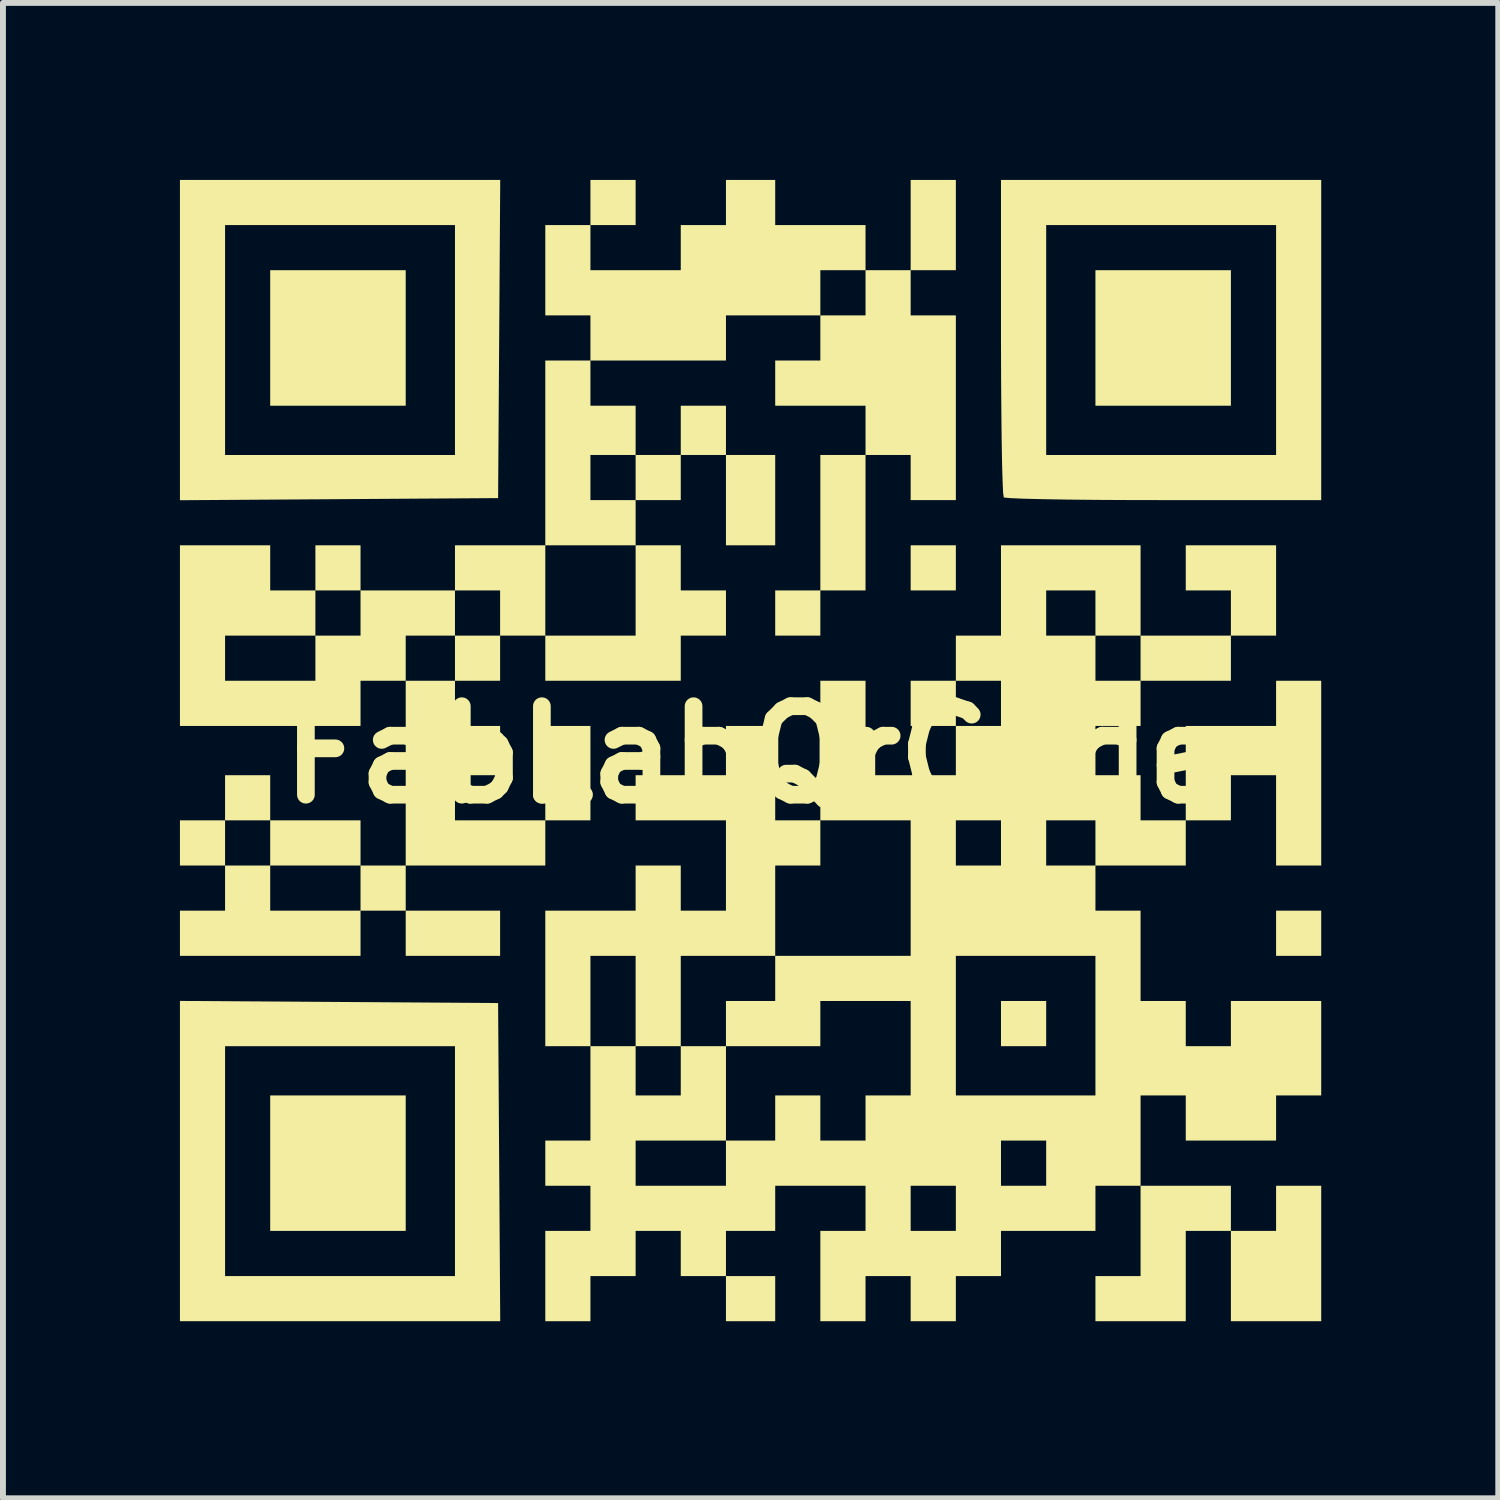
<source format=kicad_pcb>
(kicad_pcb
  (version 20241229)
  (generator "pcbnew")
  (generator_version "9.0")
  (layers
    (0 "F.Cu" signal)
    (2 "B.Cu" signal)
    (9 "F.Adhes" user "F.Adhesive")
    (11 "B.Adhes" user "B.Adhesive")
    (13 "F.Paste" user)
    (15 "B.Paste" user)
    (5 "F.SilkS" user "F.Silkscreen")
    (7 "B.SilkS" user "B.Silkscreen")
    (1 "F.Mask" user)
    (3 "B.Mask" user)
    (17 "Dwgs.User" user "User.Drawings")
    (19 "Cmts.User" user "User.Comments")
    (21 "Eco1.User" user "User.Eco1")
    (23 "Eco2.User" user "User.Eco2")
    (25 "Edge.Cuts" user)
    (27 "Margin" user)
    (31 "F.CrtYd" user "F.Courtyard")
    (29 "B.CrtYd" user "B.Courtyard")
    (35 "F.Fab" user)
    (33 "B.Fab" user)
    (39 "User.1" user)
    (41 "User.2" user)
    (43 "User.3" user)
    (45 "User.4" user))
  (footprint "FabLabQrCode"
    (layer "F.Cu")
    (at 9.742 9.742)
    (property "Reference" "FabLabQrCode" (at 0 0 0) (layer "F.SilkS") (effects (font (size 1.5 1.5) (thickness 0.3))))
    (attr board_only exclude_from_pos_files exclude_from_bom)
    (fp_poly (pts (xy -5.915 -7.063) (xy -5.915 -5.915) (xy -7.063 -5.915) (xy -8.212 -5.915) (xy -8.212 -7.063) (xy -8.212 -8.212) (xy -7.063 -8.212) (xy -5.915 -8.212)) (stroke (width 0) (type solid)) (fill yes) (layer "F.SilkS"))
    (fp_poly (pts (xy -5.915 6.924) (xy -5.915 8.072) (xy -7.063 8.072) (xy -8.212 8.072) (xy -8.212 6.924) (xy -8.212 5.776) (xy -7.063 5.776) (xy -5.915 5.776)) (stroke (width 0) (type solid)) (fill yes) (layer "F.SilkS"))
    (fp_poly (pts (xy -4.315 3.027) (xy -4.315 3.41) (xy -5.115 3.41) (xy -5.915 3.41) (xy -5.915 3.027) (xy -5.915 2.644) (xy -5.115 2.644) (xy -4.315 2.644)) (stroke (width 0) (type solid)) (fill yes) (layer "F.SilkS"))
    (fp_poly (pts (xy 0.348 -4.315) (xy 0.348 -3.549) (xy -0.07 -3.549) (xy -0.487 -3.549) (xy -0.487 -4.315) (xy -0.487 -5.08) (xy -0.07 -5.08) (xy 0.348 -5.08)) (stroke (width 0) (type solid)) (fill yes) (layer "F.SilkS"))
    (fp_poly (pts (xy 0.348 9.221) (xy 0.348 9.603) (xy -0.07 9.603) (xy -0.487 9.603) (xy -0.487 9.221) (xy -0.487 8.838) (xy -0.07 8.838) (xy 0.348 8.838)) (stroke (width 0) (type solid)) (fill yes) (layer "F.SilkS"))
    (fp_poly (pts (xy 3.41 -3.166) (xy 3.41 -2.784) (xy 3.027 -2.784) (xy 2.644 -2.784) (xy 2.644 -3.166) (xy 2.644 -3.549) (xy 3.027 -3.549) (xy 3.41 -3.549)) (stroke (width 0) (type solid)) (fill yes) (layer "F.SilkS"))
    (fp_poly (pts (xy 4.941 4.558) (xy 4.941 4.941) (xy 4.558 4.941) (xy 4.175 4.941) (xy 4.175 4.558) (xy 4.175 4.175) (xy 4.558 4.175) (xy 4.941 4.175)) (stroke (width 0) (type solid)) (fill yes) (layer "F.SilkS"))
    (fp_poly (pts (xy 8.072 -7.063) (xy 8.072 -5.915) (xy 6.924 -5.915) (xy 5.776 -5.915) (xy 5.776 -7.063) (xy 5.776 -8.212) (xy 6.924 -8.212) (xy 8.072 -8.212)) (stroke (width 0) (type solid)) (fill yes) (layer "F.SilkS"))
    (fp_poly (pts (xy 9.603 3.027) (xy 9.603 3.41) (xy 9.221 3.41) (xy 8.838 3.41) (xy 8.838 3.027) (xy 8.838 2.644) (xy 9.221 2.644) (xy 9.603 2.644)) (stroke (width 0) (type solid)) (fill yes) (layer "F.SilkS"))
    (fp_poly (pts (xy -7.046 4.192) (xy -4.349 4.21) (xy -4.331 6.907) (xy -4.313 9.603) (xy -7.028 9.603) (xy -9.742 9.603) (xy -9.742 6.888) (xy -9.742 4.941) (xy -8.977 4.941) (xy -8.977 6.889) (xy -8.977 8.838) (xy -7.028 8.838) (xy -5.08 8.838) (xy -5.08 6.889) (xy -5.08 4.941) (xy -7.028 4.941) (xy -8.977 4.941) (xy -9.742 4.941) (xy -9.742 4.174)) (stroke (width 0) (type solid)) (fill yes) (layer "F.SilkS"))
    (fp_poly (pts (xy -4.331 -7.046) (xy -4.349 -4.349) (xy -7.046 -4.331) (xy -9.742 -4.313) (xy -9.742 -7.028) (xy -9.742 -8.977) (xy -8.977 -8.977) (xy -8.977 -7.028) (xy -8.977 -5.08) (xy -7.028 -5.08) (xy -5.08 -5.08) (xy -5.08 -7.028) (xy -5.08 -8.977) (xy -7.028 -8.977) (xy -8.977 -8.977) (xy -9.742 -8.977) (xy -9.742 -9.742) (xy -7.028 -9.742) (xy -4.313 -9.742)) (stroke (width 0) (type solid)) (fill yes) (layer "F.SilkS"))
    (fp_poly (pts (xy 8.072 7.69) (xy 8.072 8.072) (xy 8.455 8.072) (xy 8.838 8.072) (xy 8.838 7.69) (xy 8.838 7.307) (xy 9.221 7.307) (xy 9.603 7.307) (xy 9.603 8.455) (xy 9.603 9.603) (xy 8.838 9.603) (xy 8.072 9.603) (xy 8.072 8.838) (xy 8.072 8.072) (xy 7.69 8.072) (xy 7.307 8.072) (xy 7.307 8.838) (xy 7.307 9.603) (xy 6.541 9.603) (xy 5.776 9.603) (xy 5.776 9.221) (xy 5.776 8.838) (xy 6.159 8.838) (xy 6.541 8.838) (xy 6.541 8.072) (xy 6.541 7.307) (xy 7.307 7.307) (xy 8.072 7.307)) (stroke (width 0) (type solid)) (fill yes) (layer "F.SilkS"))
    (fp_poly (pts (xy 9.603 -7.028) (xy 9.603 -4.315) (xy 6.936 -4.315) (xy 6.34 -4.316) (xy 5.787 -4.319) (xy 5.295 -4.324) (xy 4.877 -4.331) (xy 4.549 -4.339) (xy 4.327 -4.349) (xy 4.226 -4.359) (xy 4.222 -4.361) (xy 4.211 -4.439) (xy 4.202 -4.64) (xy 4.193 -4.95) (xy 4.186 -5.353) (xy 4.181 -5.833) (xy 4.177 -6.376) (xy 4.175 -6.965) (xy 4.175 -7.075) (xy 4.175 -8.977) (xy 4.941 -8.977) (xy 4.941 -7.028) (xy 4.941 -5.08) (xy 6.889 -5.08) (xy 8.838 -5.08) (xy 8.838 -7.028) (xy 8.838 -8.977) (xy 6.889 -8.977) (xy 4.941 -8.977) (xy 4.175 -8.977) (xy 4.175 -9.742) (xy 6.889 -9.742) (xy 9.603 -9.742)) (stroke (width 0) (type solid)) (fill yes) (layer "F.SilkS"))
    (fp_poly (pts (xy -2.018 -9.36) (xy -2.018 -8.977) (xy -2.401 -8.977) (xy -2.784 -8.977) (xy -2.784 -8.594) (xy -2.784 -8.212) (xy -2.018 -8.212) (xy -1.253 -8.212) (xy 1.113 -8.212) (xy 1.113 -7.829) (xy 1.113 -7.446) (xy 1.496 -7.446) (xy 1.879 -7.446) (xy 1.879 -7.829) (xy 1.879 -8.212) (xy 1.496 -8.212) (xy 1.113 -8.212) (xy -1.253 -8.212) (xy -1.253 -8.594) (xy -1.253 -8.977) (xy -0.87 -8.977) (xy -0.487 -8.977) (xy -0.487 -9.36) (xy -0.487 -9.742) (xy -0.07 -9.742) (xy 0.348 -9.742) (xy 0.348 -9.36) (xy 0.348 -8.977) (xy 1.113 -8.977) (xy 1.879 -8.977) (xy 1.879 -8.594) (xy 1.879 -8.212) (xy 2.262 -8.212) (xy 2.644 -8.212) (xy 2.644 -8.977) (xy 2.644 -9.742) (xy 3.027 -9.742) (xy 3.41 -9.742) (xy 3.41 -8.977) (xy 3.41 -8.212) (xy 3.027 -8.212) (xy 2.644 -8.212) (xy 2.644 -7.829) (xy 2.644 -7.446) (xy 3.027 -7.446) (xy 3.41 -7.446) (xy 3.41 -5.88) (xy 3.41 -4.315) (xy 3.027 -4.315) (xy 2.644 -4.315) (xy 2.644 -4.697) (xy 2.644 -5.08) (xy 2.262 -5.08) (xy 1.879 -5.08) (xy 1.879 -3.932) (xy 1.879 -2.784) (xy 1.496 -2.784) (xy 1.113 -2.784) (xy 1.113 -2.401) (xy 1.113 -2.018) (xy 0.731 -2.018) (xy 0.348 -2.018) (xy 0.348 -2.401) (xy 0.348 -2.784) (xy 0.731 -2.784) (xy 1.113 -2.784) (xy 1.113 -3.932) (xy 1.113 -5.08) (xy 1.496 -5.08) (xy 1.879 -5.08) (xy 1.879 -5.498) (xy 1.879 -5.915) (xy 1.113 -5.915) (xy 0.348 -5.915) (xy 0.348 -6.298) (xy 0.348 -6.681) (xy 0.731 -6.681) (xy 1.113 -6.681) (xy 1.113 -7.063) (xy 1.113 -7.446) (xy 0.313 -7.446) (xy -0.487 -7.446) (xy -0.487 -7.063) (xy -0.487 -6.681) (xy -1.635 -6.681) (xy -2.784 -6.681) (xy -2.784 -6.298) (xy -2.784 -5.915) (xy -2.401 -5.915) (xy -2.018 -5.915) (xy -2.018 -5.498) (xy -2.018 -5.08) (xy -1.635 -5.08) (xy -1.253 -5.08) (xy -1.253 -5.498) (xy -1.253 -5.915) (xy -0.87 -5.915) (xy -0.487 -5.915) (xy -0.487 -5.498) (xy -0.487 -5.08) (xy -0.87 -5.08) (xy -1.253 -5.08) (xy -1.253 -4.697) (xy -1.253 -4.315) (xy -1.635 -4.315) (xy -2.018 -4.315) (xy -2.018 -3.932) (xy -2.018 -3.549) (xy -2.784 -3.549) (xy -3.549 -3.549) (xy -3.549 -2.784) (xy -3.549 -2.018) (xy -2.784 -2.018) (xy -2.018 -2.018) (xy -2.018 -2.784) (xy -2.018 -3.549) (xy -1.635 -3.549) (xy -1.253 -3.549) (xy -1.253 -3.166) (xy -1.253 -2.784) (xy -0.87 -2.784) (xy -0.487 -2.784) (xy -0.487 -2.401) (xy -0.487 -2.018) (xy -0.87 -2.018) (xy -1.253 -2.018) (xy -1.253 -1.635) (xy -1.253 -1.253) (xy -2.401 -1.253) (xy -3.549 -1.253) (xy -3.549 -1.635) (xy -3.549 -2.018) (xy -3.932 -2.018) (xy -4.315 -2.018) (xy -4.315 -1.635) (xy -4.315 -1.253) (xy -4.697 -1.253) (xy -5.08 -1.253) (xy -5.08 -0.87) (xy -5.08 -0.487) (xy -4.697 -0.487) (xy -4.315 -0.487) (xy -4.315 -0.07) (xy -4.315 0.348) (xy -4.697 0.348) (xy -5.08 0.348) (xy -5.08 0.731) (xy -5.08 1.113) (xy -4.315 1.113) (xy -3.549 1.113) (xy -3.549 0.313) (xy -3.549 -0.487) (xy -3.166 -0.487) (xy -2.784 -0.487) (xy -2.784 0.313) (xy -2.784 1.113) (xy -3.166 1.113) (xy -3.549 1.113) (xy -3.549 1.496) (xy -3.549 1.879) (xy -4.732 1.879) (xy -5.915 1.879) (xy -5.915 2.262) (xy -5.915 2.644) (xy -6.298 2.644) (xy -6.681 2.644) (xy -6.681 3.027) (xy -6.681 3.41) (xy -8.212 3.41) (xy -9.742 3.41) (xy -9.742 3.027) (xy -9.742 2.644) (xy -9.36 2.644) (xy -8.977 2.644) (xy -8.977 2.262) (xy -8.977 1.879) (xy -9.36 1.879) (xy -9.742 1.879) (xy -9.742 1.496) (xy -9.742 1.113) (xy -9.36 1.113) (xy -8.977 1.113) (xy -8.977 0.731) (xy -8.977 0.348) (xy -8.594 0.348) (xy -8.212 0.348) (xy -8.212 0.731) (xy -8.212 1.113) (xy -8.594 1.113) (xy -8.977 1.113) (xy -8.977 1.496) (xy -8.977 1.879) (xy -8.594 1.879) (xy -8.212 1.879) (xy -8.212 2.262) (xy -8.212 2.644) (xy -7.446 2.644) (xy -6.681 2.644) (xy -6.681 2.262) (xy -6.681 1.879) (xy -7.446 1.879) (xy -8.212 1.879) (xy -8.212 1.496) (xy -8.212 1.113) (xy -7.446 1.113) (xy -6.681 1.113) (xy -6.681 1.496) (xy -6.681 1.879) (xy -6.298 1.879) (xy -5.915 1.879) (xy -5.915 0.313) (xy -5.915 -1.253) (xy -5.498 -1.253) (xy -5.08 -1.253) (xy -5.08 -1.635) (xy -5.08 -2.018) (xy -4.697 -2.018) (xy -4.315 -2.018) (xy -4.315 -2.401) (xy -4.315 -2.784) (xy -4.697 -2.784) (xy -5.08 -2.784) (xy -5.08 -2.401) (xy -5.08 -2.018) (xy -5.498 -2.018) (xy -5.915 -2.018) (xy -5.915 -1.635) (xy -5.915 -1.253) (xy -6.298 -1.253) (xy -6.681 -1.253) (xy -6.681 -0.87) (xy -6.681 -0.487) (xy -8.212 -0.487) (xy -9.742 -0.487) (xy -9.742 -1.253) (xy -8.977 -1.253) (xy -8.212 -1.253) (xy -7.446 -1.253) (xy -7.446 -1.635) (xy -7.446 -2.018) (xy -7.063 -2.018) (xy -6.681 -2.018) (xy -6.681 -2.401) (xy -6.681 -2.784) (xy -7.063 -2.784) (xy -7.446 -2.784) (xy -7.446 -2.401) (xy -7.446 -2.018) (xy -8.212 -2.018) (xy -8.977 -2.018) (xy -8.977 -1.635) (xy -8.977 -1.253) (xy -9.742 -1.253) (xy -9.742 -2.018) (xy -9.742 -3.549) (xy -8.977 -3.549) (xy -8.212 -3.549) (xy -8.212 -3.166) (xy -8.212 -2.784) (xy -7.829 -2.784) (xy -7.446 -2.784) (xy -7.446 -3.166) (xy -7.446 -3.549) (xy -7.063 -3.549) (xy -6.681 -3.549) (xy -6.681 -3.166) (xy -6.681 -2.784) (xy -5.88 -2.784) (xy -5.08 -2.784) (xy -5.08 -3.166) (xy -5.08 -3.549) (xy -4.315 -3.549) (xy -3.549 -3.549) (xy -3.549 -5.08) (xy -2.784 -5.08) (xy -2.784 -4.697) (xy -2.784 -4.315) (xy -2.401 -4.315) (xy -2.018 -4.315) (xy -2.018 -4.697) (xy -2.018 -5.08) (xy -2.401 -5.08) (xy -2.784 -5.08) (xy -3.549 -5.08) (xy -3.549 -5.115) (xy -3.549 -6.681) (xy -3.166 -6.681) (xy -2.784 -6.681) (xy -2.784 -7.063) (xy -2.784 -7.446) (xy -3.166 -7.446) (xy -3.549 -7.446) (xy -3.549 -8.212) (xy -3.549 -8.977) (xy -3.166 -8.977) (xy -2.784 -8.977) (xy -2.784 -9.36) (xy -2.784 -9.742) (xy -2.401 -9.742) (xy -2.018 -9.742)) (stroke (width 0) (type solid)) (fill yes) (layer "F.SilkS"))
    (fp_poly (pts (xy 6.541 -2.784) (xy 6.541 -2.018) (xy 7.307 -2.018) (xy 8.072 -2.018) (xy 8.072 -2.401) (xy 8.072 -2.784) (xy 7.69 -2.784) (xy 7.307 -2.784) (xy 7.307 -3.166) (xy 7.307 -3.549) (xy 8.072 -3.549) (xy 8.838 -3.549) (xy 8.838 -2.784) (xy 8.838 -2.018) (xy 8.455 -2.018) (xy 8.072 -2.018) (xy 8.072 -1.635) (xy 8.072 -1.253) (xy 7.307 -1.253) (xy 6.541 -1.253) (xy 6.541 -0.87) (xy 6.541 -0.487) (xy 6.159 -0.487) (xy 5.776 -0.487) (xy 5.776 -0.07) (xy 5.776 0.348) (xy 6.159 0.348) (xy 6.541 0.348) (xy 6.541 0.731) (xy 6.541 1.113) (xy 6.924 1.113) (xy 7.307 1.113) (xy 7.307 0.313) (xy 7.307 -0.487) (xy 8.072 -0.487) (xy 8.838 -0.487) (xy 8.838 -0.87) (xy 8.838 -1.253) (xy 9.221 -1.253) (xy 9.603 -1.253) (xy 9.603 0.313) (xy 9.603 1.879) (xy 9.221 1.879) (xy 8.838 1.879) (xy 8.838 1.113) (xy 8.838 0.348) (xy 8.455 0.348) (xy 8.072 0.348) (xy 8.072 0.731) (xy 8.072 1.113) (xy 7.69 1.113) (xy 7.307 1.113) (xy 7.307 1.496) (xy 7.307 1.879) (xy 6.541 1.879) (xy 5.776 1.879) (xy 5.776 2.262) (xy 5.776 2.644) (xy 6.159 2.644) (xy 6.541 2.644) (xy 6.541 3.41) (xy 6.541 4.175) (xy 6.924 4.175) (xy 7.307 4.175) (xy 7.307 4.558) (xy 7.307 4.941) (xy 7.69 4.941) (xy 8.072 4.941) (xy 8.072 4.558) (xy 8.072 4.175) (xy 8.838 4.175) (xy 9.603 4.175) (xy 9.603 4.976) (xy 9.603 5.776) (xy 9.221 5.776) (xy 8.838 5.776) (xy 8.838 6.159) (xy 8.838 6.541) (xy 8.072 6.541) (xy 7.307 6.541) (xy 7.307 6.159) (xy 7.307 5.776) (xy 6.924 5.776) (xy 6.541 5.776) (xy 6.541 6.541) (xy 6.541 7.307) (xy 6.159 7.307) (xy 5.776 7.307) (xy 5.776 7.69) (xy 5.776 8.072) (xy 4.976 8.072) (xy 4.175 8.072) (xy 4.175 8.455) (xy 4.175 8.838) (xy 3.793 8.838) (xy 3.41 8.838) (xy 3.41 9.221) (xy 3.41 9.603) (xy 3.027 9.603) (xy 2.644 9.603) (xy 2.644 9.221) (xy 2.644 8.838) (xy 2.262 8.838) (xy 1.879 8.838) (xy 1.879 9.221) (xy 1.879 9.603) (xy 1.496 9.603) (xy 1.113 9.603) (xy 1.113 8.838) (xy 1.113 8.072) (xy 1.496 8.072) (xy 1.879 8.072) (xy 1.879 7.69) (xy 1.879 7.307) (xy 2.644 7.307) (xy 2.644 7.69) (xy 2.644 8.072) (xy 3.027 8.072) (xy 3.41 8.072) (xy 3.41 7.69) (xy 3.41 7.307) (xy 3.027 7.307) (xy 2.644 7.307) (xy 1.879 7.307) (xy 1.113 7.307) (xy 0.348 7.307) (xy 0.348 7.69) (xy 0.348 8.072) (xy -0.07 8.072) (xy -0.487 8.072) (xy -0.487 8.455) (xy -0.487 8.838) (xy -0.87 8.838) (xy -1.253 8.838) (xy -1.253 8.455) (xy -1.253 8.072) (xy -1.635 8.072) (xy -2.018 8.072) (xy -2.018 8.455) (xy -2.018 8.838) (xy -2.401 8.838) (xy -2.784 8.838) (xy -2.784 9.221) (xy -2.784 9.603) (xy -3.166 9.603) (xy -3.549 9.603) (xy -3.549 8.838) (xy -3.549 8.072) (xy -3.166 8.072) (xy -2.784 8.072) (xy -2.784 7.69) (xy -2.784 7.307) (xy -3.166 7.307) (xy -3.549 7.307) (xy -3.549 6.924) (xy -3.549 6.541) (xy -3.166 6.541) (xy -2.784 6.541) (xy -2.784 5.741) (xy -2.784 4.941) (xy -2.401 4.941) (xy -2.018 4.941) (xy -2.018 5.358) (xy -2.018 5.776) (xy -1.635 5.776) (xy -1.253 5.776) (xy -1.253 5.358) (xy -1.253 4.941) (xy -0.87 4.941) (xy -0.487 4.941) (xy -0.487 5.741) (xy -0.487 6.541) (xy -1.253 6.541) (xy -2.018 6.541) (xy -2.018 6.924) (xy -2.018 7.307) (xy -1.253 7.307) (xy -0.487 7.307) (xy -0.487 6.924) (xy -0.487 6.541) (xy -0.07 6.541) (xy 0.348 6.541) (xy 0.348 6.159) (xy 0.348 5.776) (xy 0.731 5.776) (xy 1.113 5.776) (xy 1.113 6.159) (xy 1.113 6.541) (xy 1.496 6.541) (xy 1.879 6.541) (xy 4.175 6.541) (xy 4.175 6.924) (xy 4.175 7.307) (xy 4.558 7.307) (xy 4.941 7.307) (xy 4.941 6.924) (xy 4.941 6.541) (xy 4.558 6.541) (xy 4.175 6.541) (xy 1.879 6.541) (xy 1.879 6.159) (xy 1.879 5.776) (xy 2.262 5.776) (xy 2.644 5.776) (xy 2.644 4.976) (xy 2.644 4.175) (xy 1.879 4.175) (xy 1.113 4.175) (xy 1.113 4.558) (xy 1.113 4.941) (xy 0.313 4.941) (xy -0.487 4.941) (xy -0.487 4.558) (xy -0.487 4.175) (xy -0.07 4.175) (xy 0.348 4.175) (xy 0.348 3.793) (xy 0.348 3.41) (xy 1.496 3.41) (xy 2.644 3.41) (xy 3.41 3.41) (xy 3.41 4.593) (xy 3.41 5.776) (xy 4.593 5.776) (xy 5.776 5.776) (xy 5.776 4.593) (xy 5.776 3.41) (xy 4.593 3.41) (xy 3.41 3.41) (xy 2.644 3.41) (xy 2.644 2.262) (xy 2.644 1.113) (xy 3.41 1.113) (xy 3.41 1.496) (xy 3.41 1.879) (xy 3.793 1.879) (xy 4.175 1.879) (xy 4.175 1.496) (xy 4.175 1.113) (xy 4.941 1.113) (xy 4.941 1.496) (xy 4.941 1.879) (xy 5.358 1.879) (xy 5.776 1.879) (xy 5.776 1.496) (xy 5.776 1.113) (xy 5.358 1.113) (xy 4.941 1.113) (xy 4.175 1.113) (xy 3.793 1.113) (xy 3.41 1.113) (xy 2.644 1.113) (xy 1.879 1.113) (xy 1.113 1.113) (xy 1.113 1.496) (xy 1.113 1.879) (xy 0.731 1.879) (xy 0.348 1.879) (xy 0.348 2.644) (xy 0.348 3.41) (xy -0.452 3.41) (xy -1.253 3.41) (xy -1.253 4.175) (xy -1.253 4.941) (xy -1.635 4.941) (xy -2.018 4.941) (xy -2.018 4.175) (xy -2.018 3.41) (xy -2.401 3.41) (xy -2.784 3.41) (xy -2.784 4.175) (xy -2.784 4.941) (xy -3.166 4.941) (xy -3.549 4.941) (xy -3.549 3.793) (xy -3.549 2.644) (xy -2.784 2.644) (xy -2.018 2.644) (xy -2.018 2.262) (xy -2.018 1.879) (xy -1.635 1.879) (xy -1.253 1.879) (xy -1.253 2.262) (xy -1.253 2.644) (xy -0.87 2.644) (xy -0.487 2.644) (xy -0.487 1.879) (xy -0.487 1.113) (xy -1.253 1.113) (xy -2.018 1.113) (xy -2.018 0.731) (xy -2.018 0.348) (xy -1.253 0.348) (xy -0.487 0.348) (xy -0.487 -0.07) (xy -0.487 -0.487) (xy -0.07 -0.487) (xy 0.348 -0.487) (xy 0.348 0.313) (xy 0.348 1.113) (xy 0.731 1.113) (xy 1.113 1.113) (xy 1.113 -0.07) (xy 1.113 -1.253) (xy 1.496 -1.253) (xy 1.879 -1.253) (xy 1.879 -0.452) (xy 1.879 0.348) (xy 2.644 0.348) (xy 3.41 0.348) (xy 3.41 -0.07) (xy 3.41 -0.487) (xy 3.027 -0.487) (xy 2.644 -0.487) (xy 2.644 -0.87) (xy 2.644 -1.253) (xy 3.027 -1.253) (xy 3.41 -1.253) (xy 3.41 -0.87) (xy 3.41 -0.487) (xy 3.793 -0.487) (xy 4.175 -0.487) (xy 4.175 -0.87) (xy 4.175 -1.253) (xy 3.793 -1.253) (xy 3.41 -1.253) (xy 3.41 -1.635) (xy 3.41 -2.018) (xy 3.793 -2.018) (xy 4.175 -2.018) (xy 4.175 -2.784) (xy 4.941 -2.784) (xy 4.941 -2.401) (xy 4.941 -2.018) (xy 5.358 -2.018) (xy 5.776 -2.018) (xy 5.776 -1.635) (xy 5.776 -1.253) (xy 6.159 -1.253) (xy 6.541 -1.253) (xy 6.541 -1.635) (xy 6.541 -2.018) (xy 6.159 -2.018) (xy 5.776 -2.018) (xy 5.776 -2.401) (xy 5.776 -2.784) (xy 5.358 -2.784) (xy 4.941 -2.784) (xy 4.175 -2.784) (xy 4.175 -3.549) (xy 5.358 -3.549) (xy 6.541 -3.549)) (stroke (width 0) (type solid)) (fill yes) (layer "F.SilkS")))
  (gr_rect
    (start -3 -3)
    (end 22.346 22.346)
    (stroke (width 0.1) (type default))
    (fill no)
    (layer "Edge.Cuts")))
</source>
